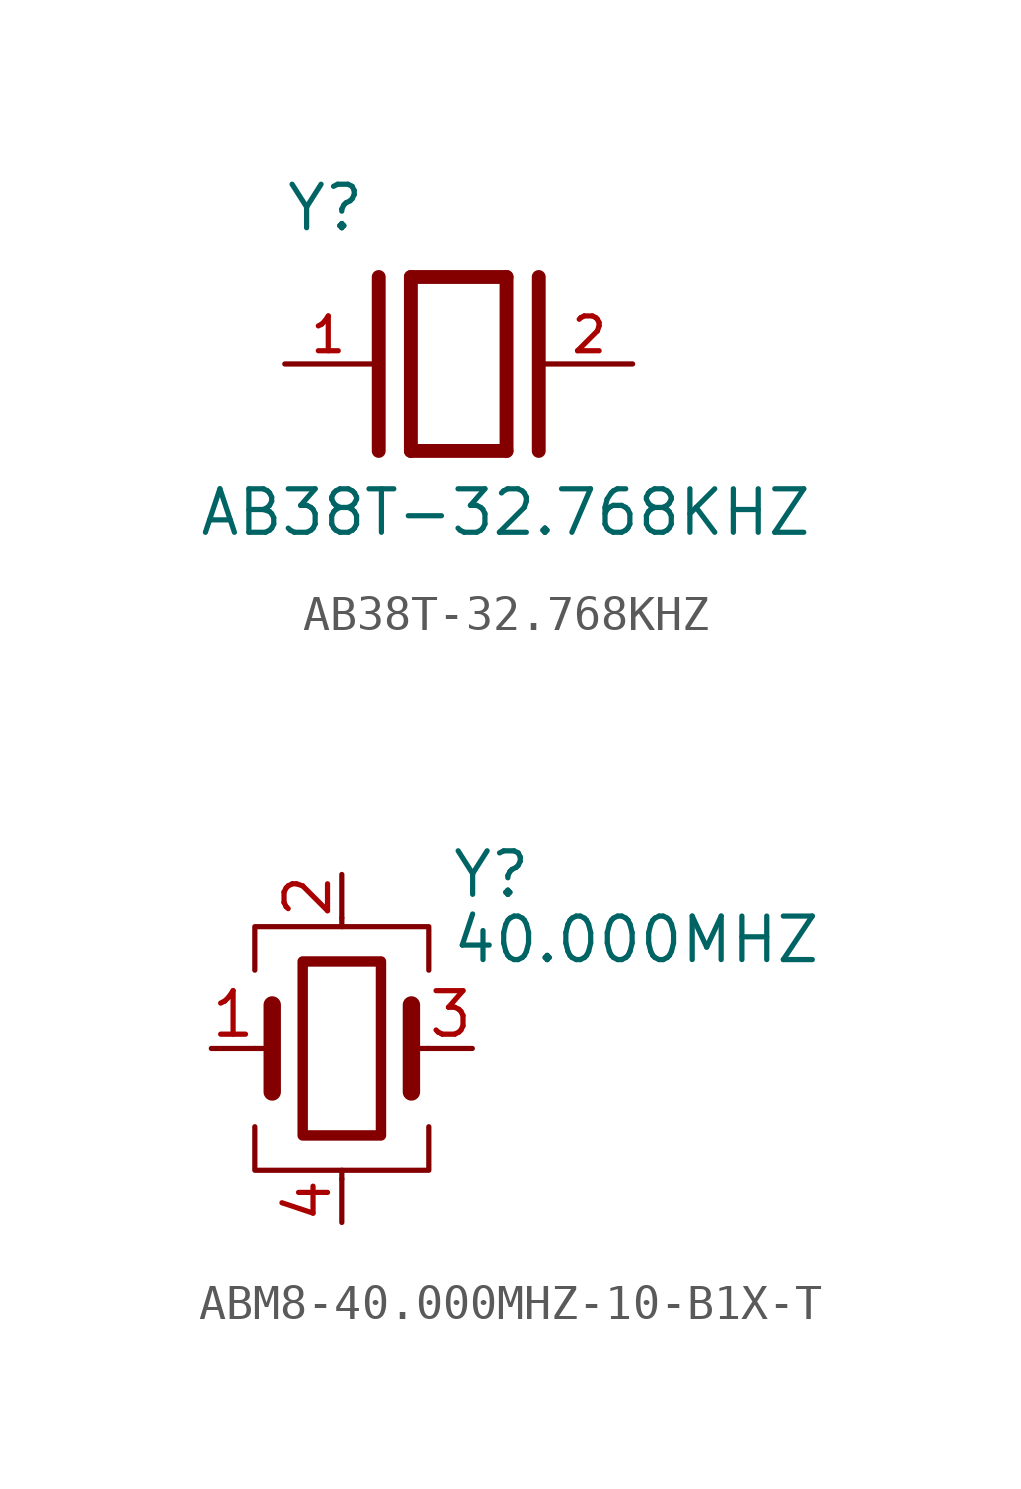
<source format=kicad_sym>
(kicad_symbol_lib
  (version 20220914)
  (generator kicad_symbol_editor)
  (symbol "AB38T-32.768KHZ"
    (pin_names
      (offset 1.016))
    (property "Reference" "Y"
      (at -5.088 3.816 0)
      (effects (font (size 1.27 1.27)) (justify left bottom)))
    (property "Value" "AB38T-32.768KHZ"
      (at -7.62 -5.08 0)
      (effects (font (size 1.27 1.27)) (justify left bottom)))
    (symbol "AB38T-32.768KHZ_0_0"
      (polyline (pts (xy -2.337 2.54) (xy -2.337 -2.54)) (stroke (width 0.406) (type default)) (fill (type none)))
      (polyline (pts (xy -1.397 2.54) (xy -1.397 -2.54)) (stroke (width 0.406) (type default)) (fill (type none)))
      (polyline (pts (xy -1.397 2.54) (xy 1.397 2.54)) (stroke (width 0.406) (type default)) (fill (type none)))
      (polyline (pts (xy 1.397 -2.54) (xy -1.397 -2.54)) (stroke (width 0.406) (type default)) (fill (type none)))
      (polyline (pts (xy 1.397 2.54) (xy 1.397 -2.54)) (stroke (width 0.406) (type default)) (fill (type none)))
      (polyline (pts (xy 2.337 2.54) (xy 2.337 -2.54)) (stroke (width 0.406) (type default)) (fill (type none)))
      (pin passive line (at -5.08 0 0) (length 2.54) (name "~" (effects (font (size 1.016 1.016)))) (number "1" (effects (font (size 1.016 1.016)))))
      (pin passive line (at 5.08 0 180) (length 2.54) (name "~" (effects (font (size 1.016 1.016)))) (number "2" (effects (font (size 1.016 1.016)))))))
  (symbol "ABM8-40.000MHZ-10-B1X-T"
    (pin_names
      (offset 1.016) hide)
    (property "Reference" "Y"
      (at 3.175 5.08 0)
      (effects (font (size 1.27 1.27)) (justify left)))
    (property "Value" "40.000MHZ"
      (at 3.175 3.175 0)
      (effects (font (size 1.27 1.27)) (justify left)))
    (symbol "ABM8-40.000MHZ-10-B1X-T_0_1"
      (rectangle (start -1.143 2.54) (end 1.143 -2.54) (stroke (width 0.305) (type default)) (fill (type none)))
      (polyline (pts (xy -2.54 0) (xy -2.032 0)) (stroke (width 0) (type default)) (fill (type none)))
      (polyline (pts (xy -2.032 -1.27) (xy -2.032 1.27)) (stroke (width 0.508) (type default)) (fill (type none)))
      (polyline (pts (xy 0 -3.81) (xy 0 -3.556)) (stroke (width 0) (type default)) (fill (type none)))
      (polyline (pts (xy 0 3.556) (xy 0 3.81)) (stroke (width 0) (type default)) (fill (type none)))
      (polyline (pts (xy 2.032 -1.27) (xy 2.032 1.27)) (stroke (width 0.508) (type default)) (fill (type none)))
      (polyline (pts (xy 2.032 0) (xy 2.54 0)) (stroke (width 0) (type default)) (fill (type none)))
      (polyline (pts (xy -2.54 -2.286) (xy -2.54 -3.556) (xy 2.54 -3.556) (xy 2.54 -2.286)) (stroke (width 0) (type default)) (fill (type none)))
      (polyline (pts (xy -2.54 2.286) (xy -2.54 3.556) (xy 2.54 3.556) (xy 2.54 2.286)) (stroke (width 0) (type default)) (fill (type none))))
    (symbol "ABM8-40.000MHZ-10-B1X-T_1_1"
      (pin passive line (at -3.81 0 0) (length 1.27) (name "1" (effects (font (size 1.27 1.27)))) (number "1" (effects (font (size 1.27 1.27)))))
      (pin passive line (at 0 5.08 270) (length 1.27) (name "2" (effects (font (size 1.27 1.27)))) (number "2" (effects (font (size 1.27 1.27)))))
      (pin passive line (at 3.81 0 180) (length 1.27) (name "3" (effects (font (size 1.27 1.27)))) (number "3" (effects (font (size 1.27 1.27)))))
      (pin passive line (at 0 -5.08 90) (length 1.27) (name "4" (effects (font (size 1.27 1.27)))) (number "4" (effects (font (size 1.27 1.27))))))))
</source>
